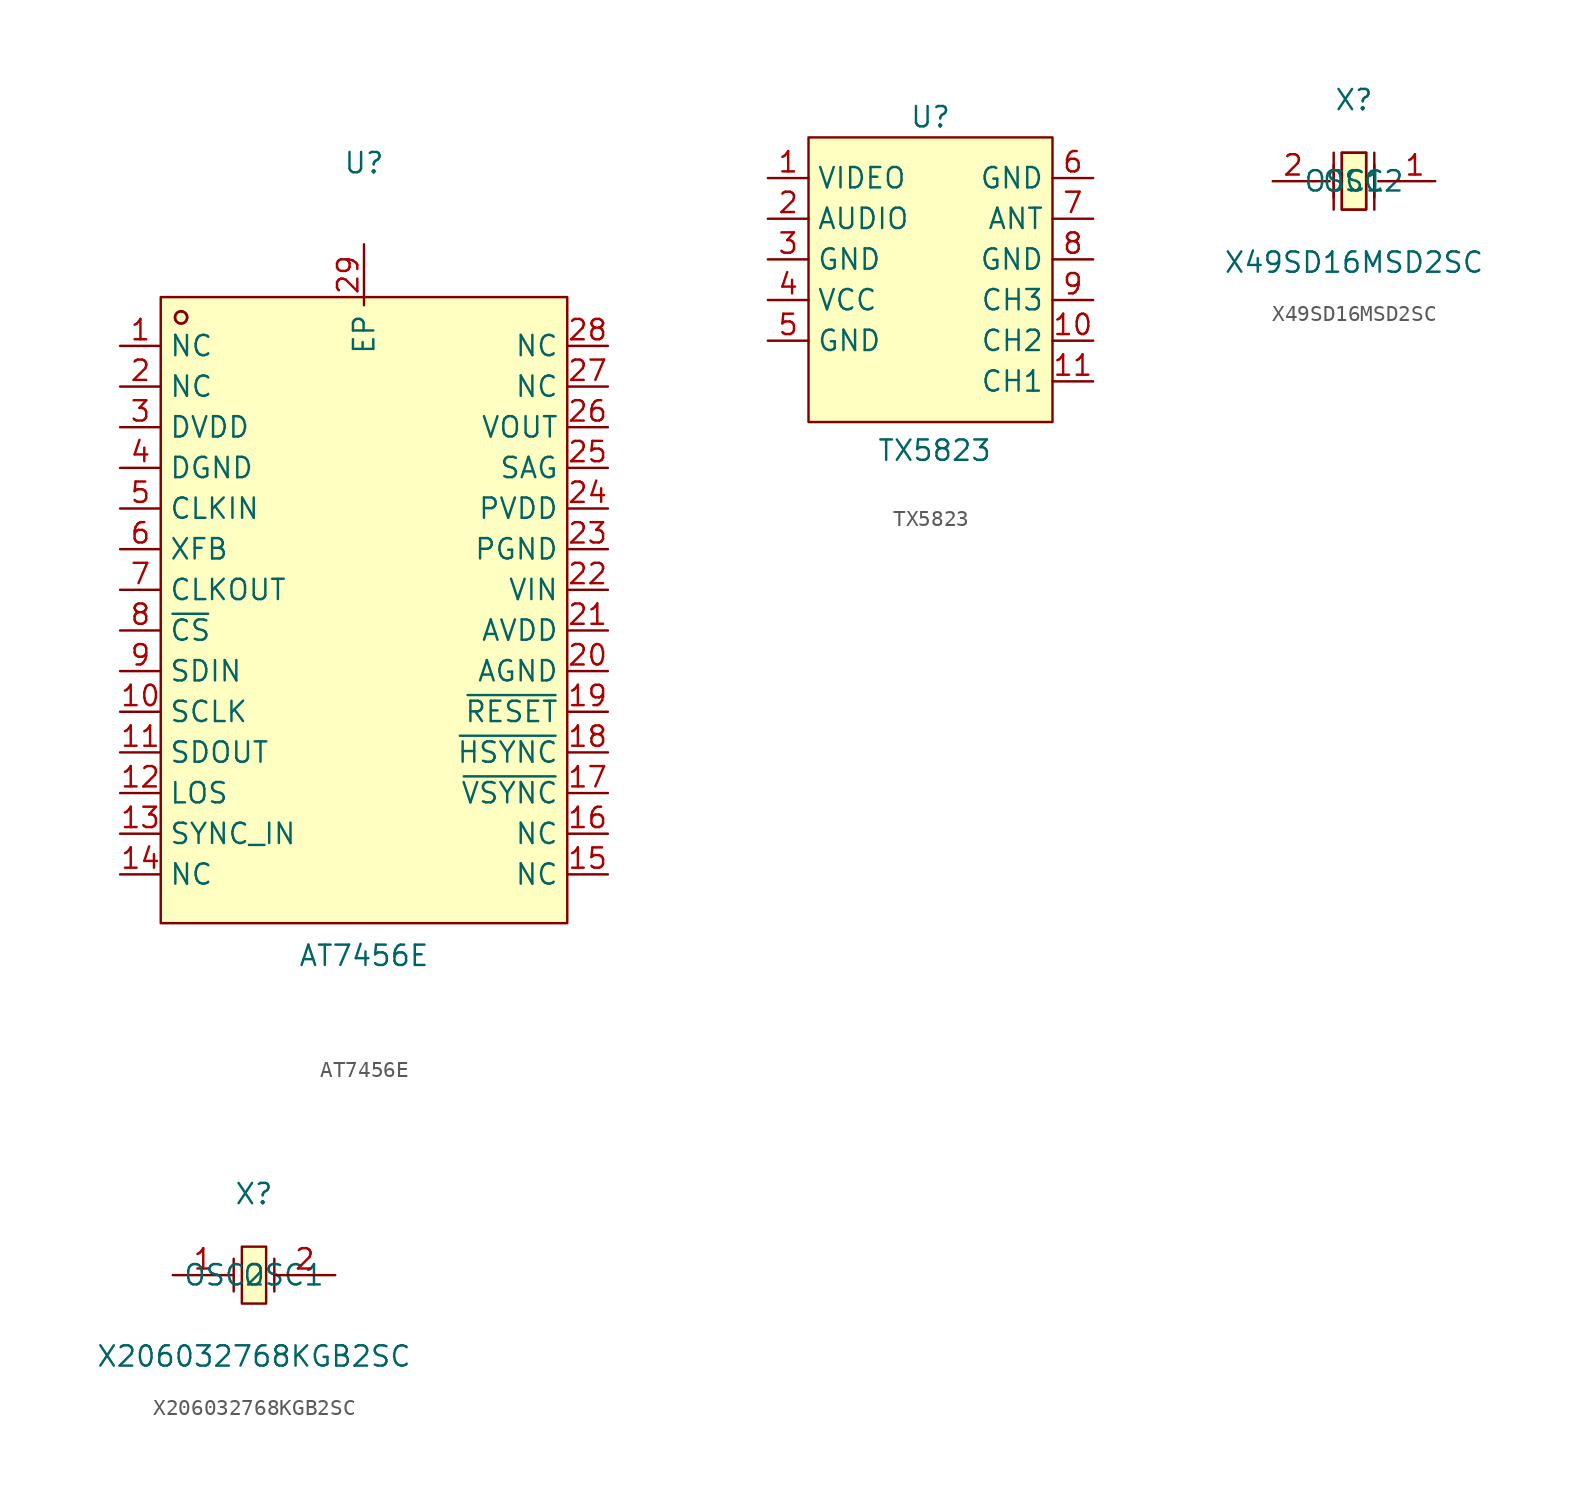
<source format=kicad_sym>
(kicad_symbol_lib
  (version 20241209)
  (generator "kicad_symbol_editor")
  (generator_version "9.0")
  (symbol "AT7456E"
    (property "Reference" "U"
      (at 0 27.94 0)
      (effects (font (size 1.27 1.27))))
    (property "Value" "AT7456E"
      (at 0 -21.59 0)
      (effects (font (size 1.27 1.27))))
    (symbol "AT7456E_0_1"
      (rectangle (start -12.7 19.56) (end 12.7 -19.56) (stroke (width 0) (type default)) (fill (type background)))
      (circle (center -11.43 18.29) (radius 0.38) (stroke (width 0) (type default)) (fill (type none)))
      (circle (center -11.43 18.29) (radius 0.38) (stroke (width 0) (type default)) (fill (type none)))
      (pin unspecified line (at -15.24 16.51 0) (length 2.54) (name "NC" (effects (font (size 1.27 1.27)))) (number "1" (effects (font (size 1.27 1.27)))))
      (pin unspecified line (at -15.24 13.97 0) (length 2.54) (name "NC" (effects (font (size 1.27 1.27)))) (number "2" (effects (font (size 1.27 1.27)))))
      (pin unspecified line (at -15.24 11.43 0) (length 2.54) (name "DVDD" (effects (font (size 1.27 1.27)))) (number "3" (effects (font (size 1.27 1.27)))))
      (pin unspecified line (at -15.24 8.89 0) (length 2.54) (name "DGND" (effects (font (size 1.27 1.27)))) (number "4" (effects (font (size 1.27 1.27)))))
      (pin unspecified line (at -15.24 6.35 0) (length 2.54) (name "CLKIN" (effects (font (size 1.27 1.27)))) (number "5" (effects (font (size 1.27 1.27)))))
      (pin unspecified line (at -15.24 3.81 0) (length 2.54) (name "XFB" (effects (font (size 1.27 1.27)))) (number "6" (effects (font (size 1.27 1.27)))))
      (pin unspecified line (at -15.24 1.27 0) (length 2.54) (name "CLKOUT" (effects (font (size 1.27 1.27)))) (number "7" (effects (font (size 1.27 1.27)))))
      (pin unspecified line (at -15.24 -1.27 0) (length 2.54) (name "~{CS}" (effects (font (size 1.27 1.27)))) (number "8" (effects (font (size 1.27 1.27)))))
      (pin unspecified line (at -15.24 -3.81 0) (length 2.54) (name "SDIN" (effects (font (size 1.27 1.27)))) (number "9" (effects (font (size 1.27 1.27)))))
      (pin unspecified line (at -15.24 -6.35 0) (length 2.54) (name "SCLK" (effects (font (size 1.27 1.27)))) (number "10" (effects (font (size 1.27 1.27)))))
      (pin unspecified line (at -15.24 -8.89 0) (length 2.54) (name "SDOUT" (effects (font (size 1.27 1.27)))) (number "11" (effects (font (size 1.27 1.27)))))
      (pin unspecified line (at -15.24 -11.43 0) (length 2.54) (name "LOS" (effects (font (size 1.27 1.27)))) (number "12" (effects (font (size 1.27 1.27)))))
      (pin unspecified line (at -15.24 -13.97 0) (length 2.54) (name "SYNC_IN" (effects (font (size 1.27 1.27)))) (number "13" (effects (font (size 1.27 1.27)))))
      (pin unspecified line (at -15.24 -16.51 0) (length 2.54) (name "NC" (effects (font (size 1.27 1.27)))) (number "14" (effects (font (size 1.27 1.27)))))
      (pin unspecified line (at 0 22.86 270) (length 3.81) (name "EP" (effects (font (size 1.27 1.27)))) (number "29" (effects (font (size 1.27 1.27)))))
      (pin unspecified line (at 15.24 16.51 180) (length 2.54) (name "NC" (effects (font (size 1.27 1.27)))) (number "28" (effects (font (size 1.27 1.27)))))
      (pin unspecified line (at 15.24 13.97 180) (length 2.54) (name "NC" (effects (font (size 1.27 1.27)))) (number "27" (effects (font (size 1.27 1.27)))))
      (pin unspecified line (at 15.24 11.43 180) (length 2.54) (name "VOUT" (effects (font (size 1.27 1.27)))) (number "26" (effects (font (size 1.27 1.27)))))
      (pin unspecified line (at 15.24 8.89 180) (length 2.54) (name "SAG" (effects (font (size 1.27 1.27)))) (number "25" (effects (font (size 1.27 1.27)))))
      (pin unspecified line (at 15.24 6.35 180) (length 2.54) (name "PVDD" (effects (font (size 1.27 1.27)))) (number "24" (effects (font (size 1.27 1.27)))))
      (pin unspecified line (at 15.24 3.81 180) (length 2.54) (name "PGND" (effects (font (size 1.27 1.27)))) (number "23" (effects (font (size 1.27 1.27)))))
      (pin unspecified line (at 15.24 1.27 180) (length 2.54) (name "VIN" (effects (font (size 1.27 1.27)))) (number "22" (effects (font (size 1.27 1.27)))))
      (pin unspecified line (at 15.24 -1.27 180) (length 2.54) (name "AVDD" (effects (font (size 1.27 1.27)))) (number "21" (effects (font (size 1.27 1.27)))))
      (pin unspecified line (at 15.24 -3.81 180) (length 2.54) (name "AGND" (effects (font (size 1.27 1.27)))) (number "20" (effects (font (size 1.27 1.27)))))
      (pin unspecified line (at 15.24 -6.35 180) (length 2.54) (name "~{RESET}" (effects (font (size 1.27 1.27)))) (number "19" (effects (font (size 1.27 1.27)))))
      (pin unspecified line (at 15.24 -8.89 180) (length 2.54) (name "~{HSYNC}" (effects (font (size 1.27 1.27)))) (number "18" (effects (font (size 1.27 1.27)))))
      (pin unspecified line (at 15.24 -11.43 180) (length 2.54) (name "~{VSYNC}" (effects (font (size 1.27 1.27)))) (number "17" (effects (font (size 1.27 1.27)))))
      (pin unspecified line (at 15.24 -13.97 180) (length 2.54) (name "NC" (effects (font (size 1.27 1.27)))) (number "16" (effects (font (size 1.27 1.27)))))
      (pin unspecified line (at 15.24 -16.51 180) (length 2.54) (name "NC" (effects (font (size 1.27 1.27)))) (number "15" (effects (font (size 1.27 1.27)))))))
  (symbol "TX5823"
    (property "Reference" "U"
      (at 0 8.89 0)
      (effects (font (size 1.27 1.27))))
    (property "Value" "TX5823"
      (at 0.254 -11.938 0)
      (effects (font (size 1.27 1.27))))
    (property "ki_locked" ""
      (at 0 0 0)
      (effects (font (size 1.27 1.27))))
    (symbol "TX5823_1_1"
      (rectangle (start -7.62 7.62) (end 7.62 -10.16) (stroke (width 0) (type default)) (fill (type background)))
      (pin unspecified line (at -10.16 5.08 0) (length 2.54) (name "VIDEO" (effects (font (size 1.27 1.27)))) (number "1" (effects (font (size 1.27 1.27)))))
      (pin unspecified line (at -10.16 2.54 0) (length 2.54) (name "AUDIO" (effects (font (size 1.27 1.27)))) (number "2" (effects (font (size 1.27 1.27)))))
      (pin unspecified line (at -10.16 0 0) (length 2.54) (name "GND" (effects (font (size 1.27 1.27)))) (number "3" (effects (font (size 1.27 1.27)))))
      (pin unspecified line (at -10.16 -2.54 0) (length 2.54) (name "VCC" (effects (font (size 1.27 1.27)))) (number "4" (effects (font (size 1.27 1.27)))))
      (pin unspecified line (at -10.16 -5.08 0) (length 2.54) (name "GND" (effects (font (size 1.27 1.27)))) (number "5" (effects (font (size 1.27 1.27)))))
      (pin unspecified line (at 10.16 5.08 180) (length 2.54) (name "GND" (effects (font (size 1.27 1.27)))) (number "6" (effects (font (size 1.27 1.27)))))
      (pin unspecified line (at 10.16 2.54 180) (length 2.54) (name "ANT" (effects (font (size 1.27 1.27)))) (number "7" (effects (font (size 1.27 1.27)))))
      (pin unspecified line (at 10.16 0 180) (length 2.54) (name "GND" (effects (font (size 1.27 1.27)))) (number "8" (effects (font (size 1.27 1.27)))))
      (pin unspecified line (at 10.16 -2.54 180) (length 2.54) (name "CH3" (effects (font (size 1.27 1.27)))) (number "9" (effects (font (size 1.27 1.27)))))
      (pin unspecified line (at 10.16 -5.08 180) (length 2.54) (name "CH2" (effects (font (size 1.27 1.27)))) (number "10" (effects (font (size 1.27 1.27)))))
      (pin unspecified line (at 10.16 -7.62 180) (length 2.54) (name "CH1" (effects (font (size 1.27 1.27)))) (number "11" (effects (font (size 1.27 1.27)))))))
  (symbol "X49SD16MSD2SC"
    (property "Reference" "X"
      (at 0 5.08 0)
      (effects (font (size 1.27 1.27))))
    (property "Value" "X49SD16MSD2SC"
      (at 0 -5.08 0)
      (effects (font (size 1.27 1.27))))
    (symbol "X49SD16MSD2SC_0_1"
      (polyline (pts (xy -2.54 0) (xy -1.52 0)) (stroke (width 0) (type default)) (fill (type none)))
      (polyline (pts (xy -1.27 1.78) (xy -1.27 -1.78)) (stroke (width 0) (type default)) (fill (type none)))
      (polyline (pts (xy -1.27 1.02) (xy -1.27 -1.02)) (stroke (width 0) (type default)) (fill (type none)))
      (polyline (pts (xy -0.76 1.78) (xy 0.76 1.78)) (stroke (width 0) (type default)) (fill (type none)))
      (polyline (pts (xy -0.76 -1.78) (xy -0.76 1.78) (xy 0.76 1.78) (xy 0.76 -1.78) (xy -0.76 -1.78)) (stroke (width 0) (type default)) (fill (type background)))
      (polyline (pts (xy 0.76 1.78) (xy 0.76 -1.78) (xy -0.76 -1.78) (xy -0.76 1.78)) (stroke (width 0) (type default)) (fill (type none)))
      (polyline (pts (xy 1.27 1.78) (xy 1.27 -1.78)) (stroke (width 0) (type default)) (fill (type none)))
      (polyline (pts (xy 1.27 1.02) (xy 1.27 -1.02)) (stroke (width 0) (type default)) (fill (type none)))
      (polyline (pts (xy 2.54 0) (xy 1.52 0)) (stroke (width 0) (type default)) (fill (type none)))
      (pin input line (at -5.08 0 0) (length 2.54) (name "OSC2" (effects (font (size 1.27 1.27)))) (number "2" (effects (font (size 1.27 1.27)))))
      (pin input line (at 5.08 0 180) (length 2.54) (name "OSC1" (effects (font (size 1.27 1.27)))) (number "1" (effects (font (size 1.27 1.27)))))))
  (symbol "X206032768KGB2SC"
    (property "Reference" "X"
      (at 0 5.08 0)
      (effects (font (size 1.27 1.27))))
    (property "Value" "X206032768KGB2SC"
      (at 0 -5.08 0)
      (effects (font (size 1.27 1.27))))
    (symbol "X206032768KGB2SC_0_1"
      (polyline (pts (xy -1.27 1.02) (xy -1.27 -1.02)) (stroke (width 0) (type default)) (fill (type none)))
      (rectangle (start -0.76 1.78) (end 0.76 -1.78) (stroke (width 0) (type default)) (fill (type background)))
      (polyline (pts (xy 1.27 1.02) (xy 1.27 -1.02)) (stroke (width 0) (type default)) (fill (type none)))
      (pin unspecified line (at -5.08 0 0) (length 3.81) (name "OSC1" (effects (font (size 1.27 1.27)))) (number "1" (effects (font (size 1.27 1.27)))))
      (pin unspecified line (at 5.08 0 180) (length 3.81) (name "OSC2" (effects (font (size 1.27 1.27)))) (number "2" (effects (font (size 1.27 1.27))))))))
</source>
